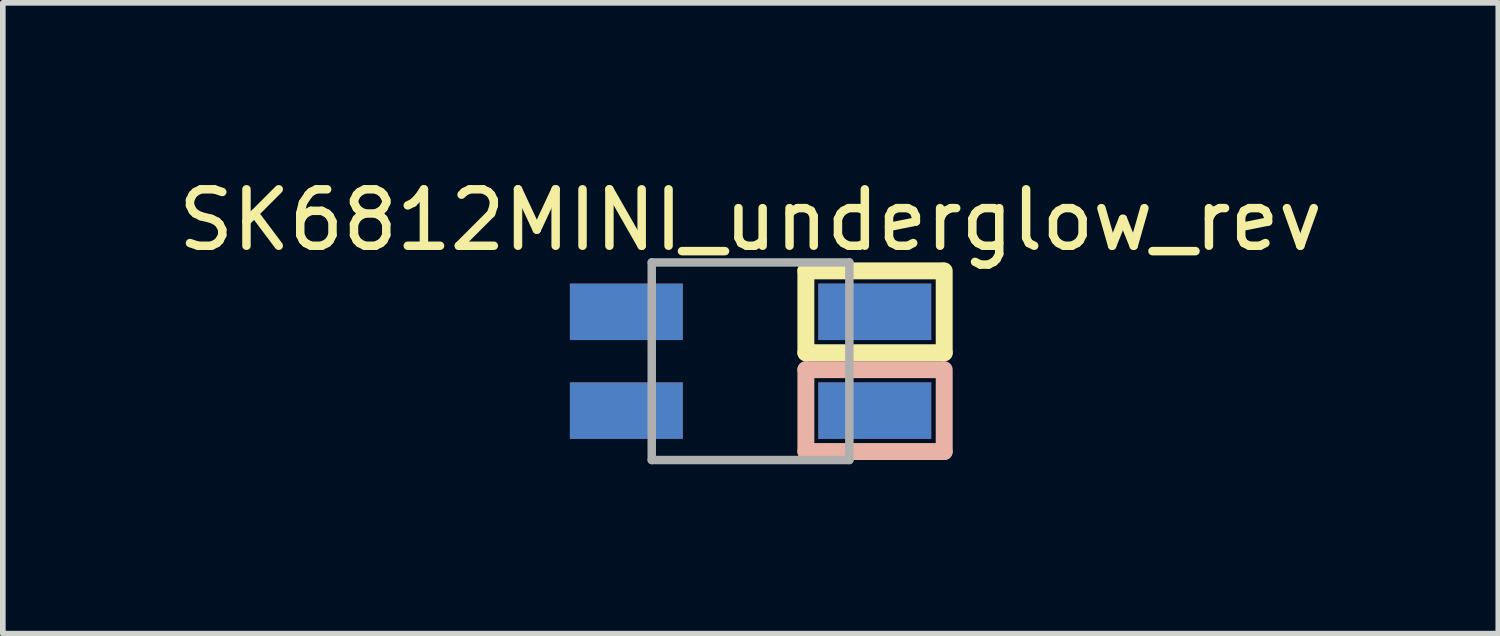
<source format=kicad_pcb>
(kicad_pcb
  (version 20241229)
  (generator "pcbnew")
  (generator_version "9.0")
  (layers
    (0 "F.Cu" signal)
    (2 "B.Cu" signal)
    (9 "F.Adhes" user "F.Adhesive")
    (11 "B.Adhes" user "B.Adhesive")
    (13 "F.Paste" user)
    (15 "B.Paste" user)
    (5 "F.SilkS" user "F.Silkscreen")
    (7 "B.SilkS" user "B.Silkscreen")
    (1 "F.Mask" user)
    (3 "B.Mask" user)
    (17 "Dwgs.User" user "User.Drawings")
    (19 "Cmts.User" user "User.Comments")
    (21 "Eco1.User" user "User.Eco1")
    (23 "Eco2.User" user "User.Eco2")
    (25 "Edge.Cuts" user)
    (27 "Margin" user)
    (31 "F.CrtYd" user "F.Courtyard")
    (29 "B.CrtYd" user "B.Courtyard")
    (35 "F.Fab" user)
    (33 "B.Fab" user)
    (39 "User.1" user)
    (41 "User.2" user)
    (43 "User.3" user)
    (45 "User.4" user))
  (footprint "SK6812MINI_underglow_rev"
    (layer "F.Cu")
    (at 10.244 3.348)
    (property "Reference" "SK6812MINI_underglow_rev" (at 0 -2.5 0) (layer "F.SilkS") (effects (font (size 1 1) (thickness 0.15))))
    (attr through_hole)
    (fp_line (start 0.98 -1.6) (end 3.4 -1.6) (stroke (width 0.3) (type solid)) (layer "F.SilkS"))
    (fp_line (start 0.98 -0.15) (end 0.98 -1.6) (stroke (width 0.3) (type solid)) (layer "F.SilkS"))
    (fp_line (start 3.43 -1.6) (end 3.43 -0.15) (stroke (width 0.3) (type solid)) (layer "F.SilkS"))
    (fp_line (start 3.43 -0.15) (end 0.98 -0.15) (stroke (width 0.3) (type solid)) (layer "F.SilkS"))
    (fp_line (start 0.98 0.15) (end 3.4 0.15) (stroke (width 0.3) (type solid)) (layer "B.SilkS"))
    (fp_line (start 0.98 1.6) (end 0.98 0.15) (stroke (width 0.3) (type solid)) (layer "B.SilkS"))
    (fp_line (start 3.43 0.15) (end 3.43 1.6) (stroke (width 0.3) (type solid)) (layer "B.SilkS"))
    (fp_line (start 3.43 1.6) (end 0.98 1.6) (stroke (width 0.3) (type solid)) (layer "B.SilkS"))
    (fp_line (start -1.75 -1.75) (end -1.75 1.75) (stroke (width 0.15) (type solid)) (layer "F.Fab"))
    (fp_line (start -1.75 -1.75) (end 1.75 -1.75) (stroke (width 0.15) (type solid)) (layer "F.Fab"))
    (fp_line (start 1.75 -1.75) (end 1.75 1.75) (stroke (width 0.15) (type solid)) (layer "F.Fab"))
    (fp_line (start 1.75 1.75) (end -1.75 1.75) (stroke (width 0.15) (type solid)) (layer "F.Fab"))
    (pad "1" smd rect (at -2.2 -0.875) (size 2 1) (layers "F.Cu" "F.Mask" "F.Paste"))
    (pad "1" smd rect (at -2.2 0.875) (size 2 1) (layers "B.Cu" "B.Mask" "B.Paste"))
    (pad "2" smd rect (at -2.2 -0.875) (size 2 1) (layers "B.Cu" "B.Mask" "B.Paste"))
    (pad "2" smd rect (at -2.2 0.875) (size 2 1) (layers "F.Cu" "F.Mask" "F.Paste"))
    (pad "3" smd rect (at 2.2 -0.875) (size 2 1) (layers "B.Cu" "B.Mask" "B.Paste"))
    (pad "3" smd rect (at 2.2 0.875) (size 2 1) (layers "F.Cu" "F.Mask" "F.Paste"))
    (pad "4" smd rect (at 2.2 -0.875) (size 2 1) (layers "F.Cu" "F.Mask" "F.Paste"))
    (pad "4" smd rect (at 2.2 0.875) (size 2 1) (layers "B.Cu" "B.Mask" "B.Paste")))
  (gr_rect
    (start -3 -3)
    (end 23.488 8.173)
    (stroke (width 0.1) (type default))
    (fill no)
    (layer "Edge.Cuts")))
</source>
